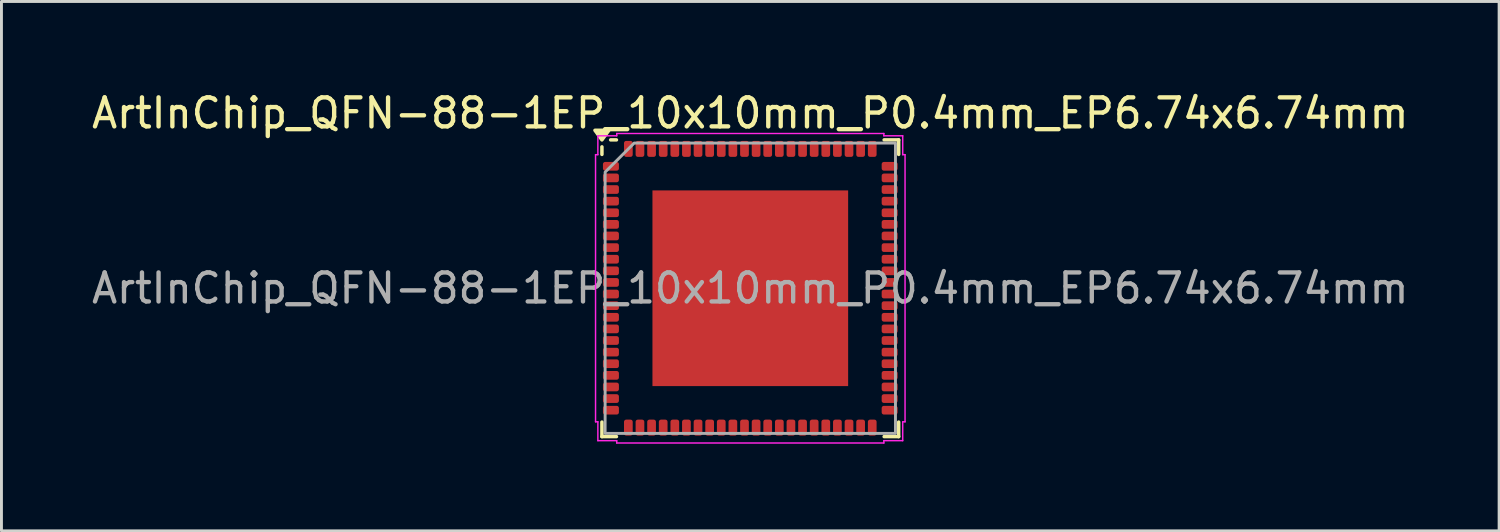
<source format=kicad_pcb>
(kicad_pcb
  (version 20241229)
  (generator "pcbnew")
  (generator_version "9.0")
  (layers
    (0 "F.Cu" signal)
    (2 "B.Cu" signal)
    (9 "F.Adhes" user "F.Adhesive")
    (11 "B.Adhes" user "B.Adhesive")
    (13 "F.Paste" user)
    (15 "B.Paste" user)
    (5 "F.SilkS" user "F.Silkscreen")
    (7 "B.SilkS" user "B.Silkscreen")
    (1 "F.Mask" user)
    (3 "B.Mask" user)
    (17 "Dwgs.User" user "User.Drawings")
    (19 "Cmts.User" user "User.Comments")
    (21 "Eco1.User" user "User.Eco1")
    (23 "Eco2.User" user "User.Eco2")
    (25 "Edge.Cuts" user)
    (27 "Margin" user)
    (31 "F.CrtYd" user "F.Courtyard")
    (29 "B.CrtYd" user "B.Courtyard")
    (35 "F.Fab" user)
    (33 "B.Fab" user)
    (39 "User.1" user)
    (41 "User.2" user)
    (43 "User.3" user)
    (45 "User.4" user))
  (footprint "ArtInChip_QFN-88-1EP_10x10mm_P0.4mm_EP6.74x6.74mm"
    (layer "F.Cu")
    (at 22.792 6.878)
    (property "Reference" "ArtInChip_QFN-88-1EP_10x10mm_P0.4mm_EP6.74x6.74mm" (at 0 -6.03 0) (layer "F.SilkS") (effects (font (size 1 1) (thickness 0.15))))
    (attr smd)
    (fp_line (start -5.11 -4.61) (end -5.11 -4.87) (stroke (width 0.12) (type solid)) (layer "F.SilkS"))
    (fp_line (start -5.11 5.11) (end -5.11 4.61) (stroke (width 0.12) (type solid)) (layer "F.SilkS"))
    (fp_line (start -4.61 -5.11) (end -4.81 -5.11) (stroke (width 0.12) (type solid)) (layer "F.SilkS"))
    (fp_line (start -4.61 5.11) (end -5.11 5.11) (stroke (width 0.12) (type solid)) (layer "F.SilkS"))
    (fp_line (start 4.61 -5.11) (end 5.11 -5.11) (stroke (width 0.12) (type solid)) (layer "F.SilkS"))
    (fp_line (start 4.61 5.11) (end 5.11 5.11) (stroke (width 0.12) (type solid)) (layer "F.SilkS"))
    (fp_line (start 5.11 -5.11) (end 5.11 -4.61) (stroke (width 0.12) (type solid)) (layer "F.SilkS"))
    (fp_line (start 5.11 5.11) (end 5.11 4.61) (stroke (width 0.12) (type solid)) (layer "F.SilkS"))
    (fp_poly (pts (xy -5.11 -5.11) (xy -5.35 -5.44) (xy -4.87 -5.44)) (stroke (width 0.12) (type solid)) (fill yes) (layer "F.SilkS"))
    (fp_line (start -5.33 -4.6) (end -5.25 -4.6) (stroke (width 0.05) (type solid)) (layer "F.CrtYd"))
    (fp_line (start -5.33 4.6) (end -5.33 -4.6) (stroke (width 0.05) (type solid)) (layer "F.CrtYd"))
    (fp_line (start -5.25 -5.25) (end -4.6 -5.25) (stroke (width 0.05) (type solid)) (layer "F.CrtYd"))
    (fp_line (start -5.25 -4.6) (end -5.25 -5.25) (stroke (width 0.05) (type solid)) (layer "F.CrtYd"))
    (fp_line (start -5.25 4.6) (end -5.33 4.6) (stroke (width 0.05) (type solid)) (layer "F.CrtYd"))
    (fp_line (start -5.25 5.25) (end -5.25 4.6) (stroke (width 0.05) (type solid)) (layer "F.CrtYd"))
    (fp_line (start -4.6 -5.33) (end 4.6 -5.33) (stroke (width 0.05) (type solid)) (layer "F.CrtYd"))
    (fp_line (start -4.6 -5.25) (end -4.6 -5.33) (stroke (width 0.05) (type solid)) (layer "F.CrtYd"))
    (fp_line (start -4.6 5.25) (end -5.25 5.25) (stroke (width 0.05) (type solid)) (layer "F.CrtYd"))
    (fp_line (start -4.6 5.33) (end -4.6 5.25) (stroke (width 0.05) (type solid)) (layer "F.CrtYd"))
    (fp_line (start 4.6 -5.33) (end 4.6 -5.25) (stroke (width 0.05) (type solid)) (layer "F.CrtYd"))
    (fp_line (start 4.6 -5.25) (end 5.25 -5.25) (stroke (width 0.05) (type solid)) (layer "F.CrtYd"))
    (fp_line (start 4.6 5.25) (end 4.6 5.33) (stroke (width 0.05) (type solid)) (layer "F.CrtYd"))
    (fp_line (start 4.6 5.33) (end -4.6 5.33) (stroke (width 0.05) (type solid)) (layer "F.CrtYd"))
    (fp_line (start 5.25 -5.25) (end 5.25 -4.6) (stroke (width 0.05) (type solid)) (layer "F.CrtYd"))
    (fp_line (start 5.25 -4.6) (end 5.33 -4.6) (stroke (width 0.05) (type solid)) (layer "F.CrtYd"))
    (fp_line (start 5.25 4.6) (end 5.25 5.25) (stroke (width 0.05) (type solid)) (layer "F.CrtYd"))
    (fp_line (start 5.25 5.25) (end 4.6 5.25) (stroke (width 0.05) (type solid)) (layer "F.CrtYd"))
    (fp_line (start 5.33 -4.6) (end 5.33 4.6) (stroke (width 0.05) (type solid)) (layer "F.CrtYd"))
    (fp_line (start 5.33 4.6) (end 5.25 4.6) (stroke (width 0.05) (type solid)) (layer "F.CrtYd"))
    (fp_poly (pts (xy -5 -4) (xy -5 5) (xy 5 5) (xy 5 -5) (xy -4 -5)) (stroke (width 0.1) (type solid)) (fill no) (layer "F.Fab"))
    (fp_text user "${REFERENCE}" (at 0 0 0) (layer "F.Fab") (effects (font (size 1 1) (thickness 0.15))))
    (pad "" smd roundrect (at -2.25 -2.25) (size 1.81 1.81) (layers "F.Paste") (roundrect_rratio 0.138))
    (pad "" smd roundrect (at -2.25 0) (size 1.81 1.81) (layers "F.Paste") (roundrect_rratio 0.138))
    (pad "" smd roundrect (at -2.25 2.25) (size 1.81 1.81) (layers "F.Paste") (roundrect_rratio 0.138))
    (pad "" smd roundrect (at 0 -2.25) (size 1.81 1.81) (layers "F.Paste") (roundrect_rratio 0.138))
    (pad "" smd roundrect (at 0 0) (size 1.81 1.81) (layers "F.Paste") (roundrect_rratio 0.138))
    (pad "" smd roundrect (at 0 2.25) (size 1.81 1.81) (layers "F.Paste") (roundrect_rratio 0.138))
    (pad "" smd roundrect (at 2.25 -2.25) (size 1.81 1.81) (layers "F.Paste") (roundrect_rratio 0.138))
    (pad "" smd roundrect (at 2.25 0) (size 1.81 1.81) (layers "F.Paste") (roundrect_rratio 0.138))
    (pad "" smd roundrect (at 2.25 2.25) (size 1.81 1.81) (layers "F.Paste") (roundrect_rratio 0.138))
    (pad "1" smd roundrect (at -4.8 -4.2) (size 0.55 0.3) (layers "F.Cu" "F.Mask" "F.Paste") (roundrect_rratio 0.25))
    (pad "2" smd roundrect (at -4.8 -3.8) (size 0.55 0.3) (layers "F.Cu" "F.Mask" "F.Paste") (roundrect_rratio 0.25))
    (pad "3" smd roundrect (at -4.8 -3.4) (size 0.55 0.3) (layers "F.Cu" "F.Mask" "F.Paste") (roundrect_rratio 0.25))
    (pad "4" smd roundrect (at -4.8 -3) (size 0.55 0.3) (layers "F.Cu" "F.Mask" "F.Paste") (roundrect_rratio 0.25))
    (pad "5" smd roundrect (at -4.8 -2.6) (size 0.55 0.3) (layers "F.Cu" "F.Mask" "F.Paste") (roundrect_rratio 0.25))
    (pad "6" smd roundrect (at -4.8 -2.2) (size 0.55 0.3) (layers "F.Cu" "F.Mask" "F.Paste") (roundrect_rratio 0.25))
    (pad "7" smd roundrect (at -4.8 -1.8) (size 0.55 0.3) (layers "F.Cu" "F.Mask" "F.Paste") (roundrect_rratio 0.25))
    (pad "8" smd roundrect (at -4.8 -1.4) (size 0.55 0.3) (layers "F.Cu" "F.Mask" "F.Paste") (roundrect_rratio 0.25))
    (pad "9" smd roundrect (at -4.8 -1) (size 0.55 0.3) (layers "F.Cu" "F.Mask" "F.Paste") (roundrect_rratio 0.25))
    (pad "10" smd roundrect (at -4.8 -0.6) (size 0.55 0.3) (layers "F.Cu" "F.Mask" "F.Paste") (roundrect_rratio 0.25))
    (pad "11" smd roundrect (at -4.8 -0.2) (size 0.55 0.3) (layers "F.Cu" "F.Mask" "F.Paste") (roundrect_rratio 0.25))
    (pad "12" smd roundrect (at -4.8 0.2) (size 0.55 0.3) (layers "F.Cu" "F.Mask" "F.Paste") (roundrect_rratio 0.25))
    (pad "13" smd roundrect (at -4.8 0.6) (size 0.55 0.3) (layers "F.Cu" "F.Mask" "F.Paste") (roundrect_rratio 0.25))
    (pad "14" smd roundrect (at -4.8 1) (size 0.55 0.3) (layers "F.Cu" "F.Mask" "F.Paste") (roundrect_rratio 0.25))
    (pad "15" smd roundrect (at -4.8 1.4) (size 0.55 0.3) (layers "F.Cu" "F.Mask" "F.Paste") (roundrect_rratio 0.25))
    (pad "16" smd roundrect (at -4.8 1.8) (size 0.55 0.3) (layers "F.Cu" "F.Mask" "F.Paste") (roundrect_rratio 0.25))
    (pad "17" smd roundrect (at -4.8 2.2) (size 0.55 0.3) (layers "F.Cu" "F.Mask" "F.Paste") (roundrect_rratio 0.25))
    (pad "18" smd roundrect (at -4.8 2.6) (size 0.55 0.3) (layers "F.Cu" "F.Mask" "F.Paste") (roundrect_rratio 0.25))
    (pad "19" smd roundrect (at -4.8 3) (size 0.55 0.3) (layers "F.Cu" "F.Mask" "F.Paste") (roundrect_rratio 0.25))
    (pad "20" smd roundrect (at -4.8 3.4) (size 0.55 0.3) (layers "F.Cu" "F.Mask" "F.Paste") (roundrect_rratio 0.25))
    (pad "21" smd roundrect (at -4.8 3.8) (size 0.55 0.3) (layers "F.Cu" "F.Mask" "F.Paste") (roundrect_rratio 0.25))
    (pad "22" smd roundrect (at -4.8 4.2) (size 0.55 0.3) (layers "F.Cu" "F.Mask" "F.Paste") (roundrect_rratio 0.25))
    (pad "23" smd roundrect (at -4.2 4.8) (size 0.3 0.55) (layers "F.Cu" "F.Mask" "F.Paste") (roundrect_rratio 0.25))
    (pad "24" smd roundrect (at -3.8 4.8) (size 0.3 0.55) (layers "F.Cu" "F.Mask" "F.Paste") (roundrect_rratio 0.25))
    (pad "25" smd roundrect (at -3.4 4.8) (size 0.3 0.55) (layers "F.Cu" "F.Mask" "F.Paste") (roundrect_rratio 0.25))
    (pad "26" smd roundrect (at -3 4.8) (size 0.3 0.55) (layers "F.Cu" "F.Mask" "F.Paste") (roundrect_rratio 0.25))
    (pad "27" smd roundrect (at -2.6 4.8) (size 0.3 0.55) (layers "F.Cu" "F.Mask" "F.Paste") (roundrect_rratio 0.25))
    (pad "28" smd roundrect (at -2.2 4.8) (size 0.3 0.55) (layers "F.Cu" "F.Mask" "F.Paste") (roundrect_rratio 0.25))
    (pad "29" smd roundrect (at -1.8 4.8) (size 0.3 0.55) (layers "F.Cu" "F.Mask" "F.Paste") (roundrect_rratio 0.25))
    (pad "30" smd roundrect (at -1.4 4.8) (size 0.3 0.55) (layers "F.Cu" "F.Mask" "F.Paste") (roundrect_rratio 0.25))
    (pad "31" smd roundrect (at -1 4.8) (size 0.3 0.55) (layers "F.Cu" "F.Mask" "F.Paste") (roundrect_rratio 0.25))
    (pad "32" smd roundrect (at -0.6 4.8) (size 0.3 0.55) (layers "F.Cu" "F.Mask" "F.Paste") (roundrect_rratio 0.25))
    (pad "33" smd roundrect (at -0.2 4.8) (size 0.3 0.55) (layers "F.Cu" "F.Mask" "F.Paste") (roundrect_rratio 0.25))
    (pad "34" smd roundrect (at 0.2 4.8) (size 0.3 0.55) (layers "F.Cu" "F.Mask" "F.Paste") (roundrect_rratio 0.25))
    (pad "35" smd roundrect (at 0.6 4.8) (size 0.3 0.55) (layers "F.Cu" "F.Mask" "F.Paste") (roundrect_rratio 0.25))
    (pad "36" smd roundrect (at 1 4.8) (size 0.3 0.55) (layers "F.Cu" "F.Mask" "F.Paste") (roundrect_rratio 0.25))
    (pad "37" smd roundrect (at 1.4 4.8) (size 0.3 0.55) (layers "F.Cu" "F.Mask" "F.Paste") (roundrect_rratio 0.25))
    (pad "38" smd roundrect (at 1.8 4.8) (size 0.3 0.55) (layers "F.Cu" "F.Mask" "F.Paste") (roundrect_rratio 0.25))
    (pad "39" smd roundrect (at 2.2 4.8) (size 0.3 0.55) (layers "F.Cu" "F.Mask" "F.Paste") (roundrect_rratio 0.25))
    (pad "40" smd roundrect (at 2.6 4.8) (size 0.3 0.55) (layers "F.Cu" "F.Mask" "F.Paste") (roundrect_rratio 0.25))
    (pad "41" smd roundrect (at 3 4.8) (size 0.3 0.55) (layers "F.Cu" "F.Mask" "F.Paste") (roundrect_rratio 0.25))
    (pad "42" smd roundrect (at 3.4 4.8) (size 0.3 0.55) (layers "F.Cu" "F.Mask" "F.Paste") (roundrect_rratio 0.25))
    (pad "43" smd roundrect (at 3.8 4.8) (size 0.3 0.55) (layers "F.Cu" "F.Mask" "F.Paste") (roundrect_rratio 0.25))
    (pad "44" smd roundrect (at 4.2 4.8) (size 0.3 0.55) (layers "F.Cu" "F.Mask" "F.Paste") (roundrect_rratio 0.25))
    (pad "45" smd roundrect (at 4.8 4.2) (size 0.55 0.3) (layers "F.Cu" "F.Mask" "F.Paste") (roundrect_rratio 0.25))
    (pad "46" smd roundrect (at 4.8 3.8) (size 0.55 0.3) (layers "F.Cu" "F.Mask" "F.Paste") (roundrect_rratio 0.25))
    (pad "47" smd roundrect (at 4.8 3.4) (size 0.55 0.3) (layers "F.Cu" "F.Mask" "F.Paste") (roundrect_rratio 0.25))
    (pad "48" smd roundrect (at 4.8 3) (size 0.55 0.3) (layers "F.Cu" "F.Mask" "F.Paste") (roundrect_rratio 0.25))
    (pad "49" smd roundrect (at 4.8 2.6) (size 0.55 0.3) (layers "F.Cu" "F.Mask" "F.Paste") (roundrect_rratio 0.25))
    (pad "50" smd roundrect (at 4.8 2.2) (size 0.55 0.3) (layers "F.Cu" "F.Mask" "F.Paste") (roundrect_rratio 0.25))
    (pad "51" smd roundrect (at 4.8 1.8) (size 0.55 0.3) (layers "F.Cu" "F.Mask" "F.Paste") (roundrect_rratio 0.25))
    (pad "52" smd roundrect (at 4.8 1.4) (size 0.55 0.3) (layers "F.Cu" "F.Mask" "F.Paste") (roundrect_rratio 0.25))
    (pad "53" smd roundrect (at 4.8 1) (size 0.55 0.3) (layers "F.Cu" "F.Mask" "F.Paste") (roundrect_rratio 0.25))
    (pad "54" smd roundrect (at 4.8 0.6) (size 0.55 0.3) (layers "F.Cu" "F.Mask" "F.Paste") (roundrect_rratio 0.25))
    (pad "55" smd roundrect (at 4.8 0.2) (size 0.55 0.3) (layers "F.Cu" "F.Mask" "F.Paste") (roundrect_rratio 0.25))
    (pad "56" smd roundrect (at 4.8 -0.2) (size 0.55 0.3) (layers "F.Cu" "F.Mask" "F.Paste") (roundrect_rratio 0.25))
    (pad "57" smd roundrect (at 4.8 -0.6) (size 0.55 0.3) (layers "F.Cu" "F.Mask" "F.Paste") (roundrect_rratio 0.25))
    (pad "58" smd roundrect (at 4.8 -1) (size 0.55 0.3) (layers "F.Cu" "F.Mask" "F.Paste") (roundrect_rratio 0.25))
    (pad "59" smd roundrect (at 4.8 -1.4) (size 0.55 0.3) (layers "F.Cu" "F.Mask" "F.Paste") (roundrect_rratio 0.25))
    (pad "60" smd roundrect (at 4.8 -1.8) (size 0.55 0.3) (layers "F.Cu" "F.Mask" "F.Paste") (roundrect_rratio 0.25))
    (pad "61" smd roundrect (at 4.8 -2.2) (size 0.55 0.3) (layers "F.Cu" "F.Mask" "F.Paste") (roundrect_rratio 0.25))
    (pad "62" smd roundrect (at 4.8 -2.6) (size 0.55 0.3) (layers "F.Cu" "F.Mask" "F.Paste") (roundrect_rratio 0.25))
    (pad "63" smd roundrect (at 4.8 -3) (size 0.55 0.3) (layers "F.Cu" "F.Mask" "F.Paste") (roundrect_rratio 0.25))
    (pad "64" smd roundrect (at 4.8 -3.4) (size 0.55 0.3) (layers "F.Cu" "F.Mask" "F.Paste") (roundrect_rratio 0.25))
    (pad "65" smd roundrect (at 4.8 -3.8) (size 0.55 0.3) (layers "F.Cu" "F.Mask" "F.Paste") (roundrect_rratio 0.25))
    (pad "66" smd roundrect (at 4.8 -4.2) (size 0.55 0.3) (layers "F.Cu" "F.Mask" "F.Paste") (roundrect_rratio 0.25))
    (pad "67" smd roundrect (at 4.2 -4.8) (size 0.3 0.55) (layers "F.Cu" "F.Mask" "F.Paste") (roundrect_rratio 0.25))
    (pad "68" smd roundrect (at 3.8 -4.8) (size 0.3 0.55) (layers "F.Cu" "F.Mask" "F.Paste") (roundrect_rratio 0.25))
    (pad "69" smd roundrect (at 3.4 -4.8) (size 0.3 0.55) (layers "F.Cu" "F.Mask" "F.Paste") (roundrect_rratio 0.25))
    (pad "70" smd roundrect (at 3 -4.8) (size 0.3 0.55) (layers "F.Cu" "F.Mask" "F.Paste") (roundrect_rratio 0.25))
    (pad "71" smd roundrect (at 2.6 -4.8) (size 0.3 0.55) (layers "F.Cu" "F.Mask" "F.Paste") (roundrect_rratio 0.25))
    (pad "72" smd roundrect (at 2.2 -4.8) (size 0.3 0.55) (layers "F.Cu" "F.Mask" "F.Paste") (roundrect_rratio 0.25))
    (pad "73" smd roundrect (at 1.8 -4.8) (size 0.3 0.55) (layers "F.Cu" "F.Mask" "F.Paste") (roundrect_rratio 0.25))
    (pad "74" smd roundrect (at 1.4 -4.8) (size 0.3 0.55) (layers "F.Cu" "F.Mask" "F.Paste") (roundrect_rratio 0.25))
    (pad "75" smd roundrect (at 1 -4.8) (size 0.3 0.55) (layers "F.Cu" "F.Mask" "F.Paste") (roundrect_rratio 0.25))
    (pad "76" smd roundrect (at 0.6 -4.8) (size 0.3 0.55) (layers "F.Cu" "F.Mask" "F.Paste") (roundrect_rratio 0.25))
    (pad "77" smd roundrect (at 0.2 -4.8) (size 0.3 0.55) (layers "F.Cu" "F.Mask" "F.Paste") (roundrect_rratio 0.25))
    (pad "78" smd roundrect (at -0.2 -4.8) (size 0.3 0.55) (layers "F.Cu" "F.Mask" "F.Paste") (roundrect_rratio 0.25))
    (pad "79" smd roundrect (at -0.6 -4.8) (size 0.3 0.55) (layers "F.Cu" "F.Mask" "F.Paste") (roundrect_rratio 0.25))
    (pad "80" smd roundrect (at -1 -4.8) (size 0.3 0.55) (layers "F.Cu" "F.Mask" "F.Paste") (roundrect_rratio 0.25))
    (pad "81" smd roundrect (at -1.4 -4.8) (size 0.3 0.55) (layers "F.Cu" "F.Mask" "F.Paste") (roundrect_rratio 0.25))
    (pad "82" smd roundrect (at -1.8 -4.8) (size 0.3 0.55) (layers "F.Cu" "F.Mask" "F.Paste") (roundrect_rratio 0.25))
    (pad "83" smd roundrect (at -2.2 -4.8) (size 0.3 0.55) (layers "F.Cu" "F.Mask" "F.Paste") (roundrect_rratio 0.25))
    (pad "84" smd roundrect (at -2.6 -4.8) (size 0.3 0.55) (layers "F.Cu" "F.Mask" "F.Paste") (roundrect_rratio 0.25))
    (pad "85" smd roundrect (at -3 -4.8) (size 0.3 0.55) (layers "F.Cu" "F.Mask" "F.Paste") (roundrect_rratio 0.25))
    (pad "86" smd roundrect (at -3.4 -4.8) (size 0.3 0.55) (layers "F.Cu" "F.Mask" "F.Paste") (roundrect_rratio 0.25))
    (pad "87" smd roundrect (at -3.8 -4.8) (size 0.3 0.55) (layers "F.Cu" "F.Mask" "F.Paste") (roundrect_rratio 0.25))
    (pad "88" smd roundrect (at -4.2 -4.8) (size 0.3 0.55) (layers "F.Cu" "F.Mask" "F.Paste") (roundrect_rratio 0.25))
    (pad "89" smd rect (at 0 0) (size 6.74 6.74) (property pad_prop_heatsink) (layers "F.Cu" "F.Mask")))
  (gr_rect
    (start -3 -3)
    (end 48.583 15.233)
    (stroke (width 0.1) (type default))
    (fill no)
    (layer "Edge.Cuts")))
</source>
